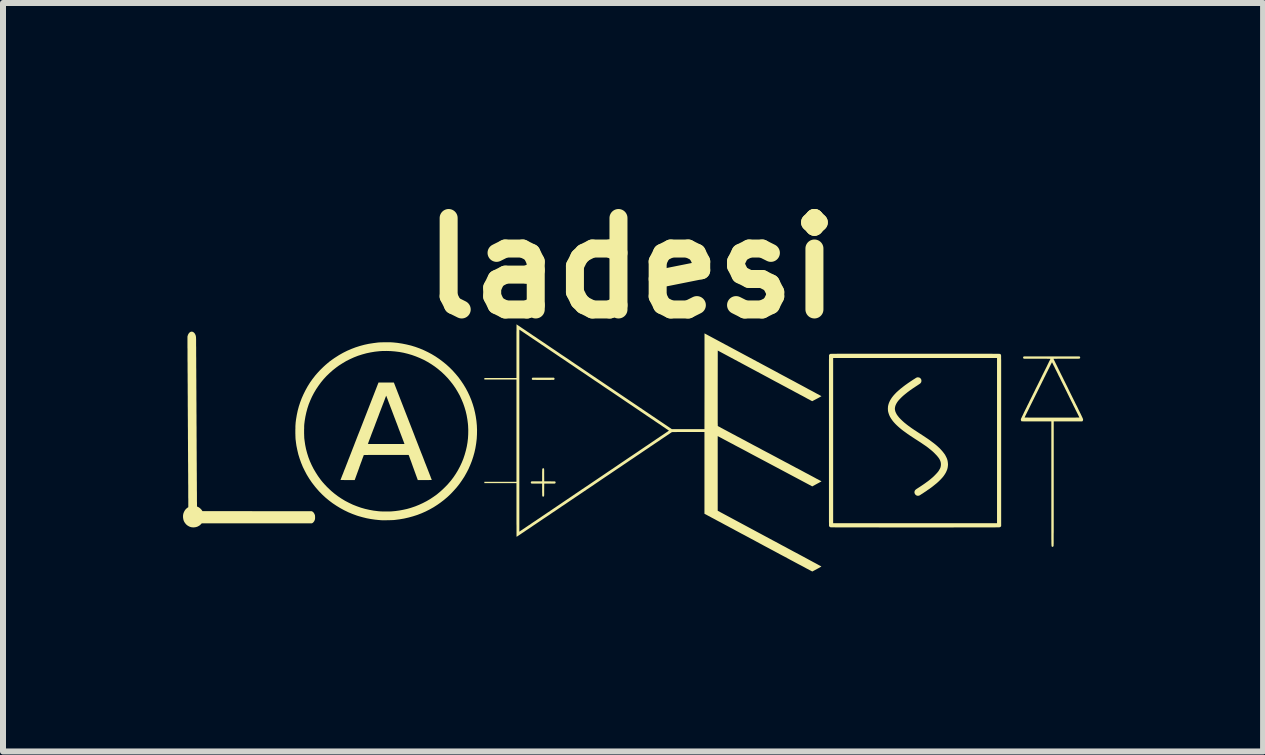
<source format=kicad_pcb>
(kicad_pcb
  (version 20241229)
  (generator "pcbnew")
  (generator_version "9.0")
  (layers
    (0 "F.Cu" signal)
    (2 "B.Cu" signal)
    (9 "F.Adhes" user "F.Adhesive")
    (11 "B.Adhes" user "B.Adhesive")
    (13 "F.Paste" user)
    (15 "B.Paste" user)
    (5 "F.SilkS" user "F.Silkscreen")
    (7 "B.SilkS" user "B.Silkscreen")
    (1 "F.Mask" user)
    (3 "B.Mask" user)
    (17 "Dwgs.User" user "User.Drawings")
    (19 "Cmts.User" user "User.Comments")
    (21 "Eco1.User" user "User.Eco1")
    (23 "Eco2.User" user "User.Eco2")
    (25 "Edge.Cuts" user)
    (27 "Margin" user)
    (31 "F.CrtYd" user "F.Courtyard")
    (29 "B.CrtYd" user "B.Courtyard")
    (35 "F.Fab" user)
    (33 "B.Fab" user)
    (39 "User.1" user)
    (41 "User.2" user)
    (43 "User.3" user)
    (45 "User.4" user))
  (footprint "ladesi"
    (layer "F.Cu")
    (at 7.5 4.415)
    (property "Reference" "ladesi" (at -0.025 -2.997 0) (layer "F.SilkS") (effects (font (size 1.524 1.524) (thickness 0.3))))
    (attr board_only exclude_from_pos_files exclude_from_bom)
    (fp_poly (pts (xy -1.314 -1.166) (xy -1.31 -1.163) (xy -1.309 -1.158) (xy -1.308 -1.153) (xy -1.309 -1.146) (xy -1.311 -1.142) (xy -1.314 -1.139) (xy -1.319 -1.134) (xy -1.494 -1.133) (xy -1.524 -1.133) (xy -1.551 -1.133) (xy -1.577 -1.133) (xy -1.599 -1.133) (xy -1.62 -1.134) (xy -1.637 -1.134) (xy -1.652 -1.134) (xy -1.663 -1.134) (xy -1.671 -1.134) (xy -1.675 -1.135) (xy -1.675 -1.135) (xy -1.682 -1.138) (xy -1.686 -1.144) (xy -1.687 -1.151) (xy -1.686 -1.159) (xy -1.682 -1.165) (xy -1.682 -1.165) (xy -1.676 -1.171) (xy -1.319 -1.171)) (stroke (width 0) (type solid)) (fill yes) (layer "F.SilkS"))
    (fp_poly (pts (xy -1.488 0.341) (xy -1.484 0.345) (xy -1.484 0.346) (xy -1.483 0.348) (xy -1.483 0.351) (xy -1.482 0.355) (xy -1.482 0.36) (xy -1.481 0.367) (xy -1.481 0.376) (xy -1.481 0.388) (xy -1.481 0.402) (xy -1.481 0.419) (xy -1.481 0.44) (xy -1.481 0.453) (xy -1.48 0.557) (xy -1.39 0.557) (xy -1.299 0.558) (xy -1.295 0.563) (xy -1.291 0.57) (xy -1.29 0.578) (xy -1.292 0.585) (xy -1.297 0.59) (xy -1.301 0.592) (xy -1.303 0.593) (xy -1.306 0.594) (xy -1.311 0.594) (xy -1.317 0.594) (xy -1.326 0.595) (xy -1.337 0.595) (xy -1.351 0.595) (xy -1.368 0.595) (xy -1.388 0.595) (xy -1.394 0.595) (xy -1.48 0.595) (xy -1.481 0.698) (xy -1.481 0.72) (xy -1.481 0.739) (xy -1.481 0.755) (xy -1.481 0.768) (xy -1.481 0.778) (xy -1.481 0.786) (xy -1.482 0.792) (xy -1.482 0.797) (xy -1.483 0.8) (xy -1.483 0.802) (xy -1.484 0.804) (xy -1.485 0.805) (xy -1.485 0.806) (xy -1.49 0.81) (xy -1.496 0.812) (xy -1.503 0.812) (xy -1.507 0.809) (xy -1.507 0.809) (xy -1.509 0.807) (xy -1.51 0.805) (xy -1.511 0.802) (xy -1.512 0.799) (xy -1.513 0.794) (xy -1.514 0.788) (xy -1.514 0.78) (xy -1.514 0.769) (xy -1.514 0.757) (xy -1.515 0.741) (xy -1.515 0.722) (xy -1.515 0.7) (xy -1.515 0.595) (xy -1.601 0.595) (xy -1.623 0.595) (xy -1.641 0.595) (xy -1.656 0.595) (xy -1.669 0.595) (xy -1.678 0.594) (xy -1.686 0.594) (xy -1.692 0.593) (xy -1.696 0.592) (xy -1.698 0.59) (xy -1.7 0.588) (xy -1.701 0.586) (xy -1.702 0.584) (xy -1.703 0.583) (xy -1.704 0.574) (xy -1.702 0.566) (xy -1.698 0.561) (xy -1.696 0.56) (xy -1.695 0.559) (xy -1.693 0.558) (xy -1.69 0.558) (xy -1.685 0.557) (xy -1.679 0.557) (xy -1.671 0.557) (xy -1.661 0.557) (xy -1.648 0.557) (xy -1.632 0.557) (xy -1.613 0.557) (xy -1.604 0.557) (xy -1.515 0.557) (xy -1.515 0.455) (xy -1.515 0.433) (xy -1.515 0.414) (xy -1.515 0.398) (xy -1.514 0.385) (xy -1.514 0.375) (xy -1.514 0.367) (xy -1.514 0.361) (xy -1.513 0.356) (xy -1.513 0.353) (xy -1.512 0.35) (xy -1.512 0.348) (xy -1.511 0.347) (xy -1.507 0.342) (xy -1.5 0.338) (xy -1.494 0.338)) (stroke (width 0) (type solid)) (fill yes) (layer "F.SilkS"))
    (fp_poly (pts (xy 4.752 -1.176) (xy 4.767 -1.174) (xy 4.78 -1.168) (xy 4.791 -1.159) (xy 4.799 -1.147) (xy 4.802 -1.142) (xy 4.805 -1.132) (xy 4.806 -1.12) (xy 4.805 -1.107) (xy 4.802 -1.096) (xy 4.802 -1.095) (xy 4.798 -1.089) (xy 4.794 -1.083) (xy 4.789 -1.077) (xy 4.782 -1.071) (xy 4.772 -1.064) (xy 4.76 -1.056) (xy 4.754 -1.052) (xy 4.705 -1.02) (xy 4.66 -0.99) (xy 4.617 -0.96) (xy 4.579 -0.932) (xy 4.544 -0.904) (xy 4.512 -0.878) (xy 4.483 -0.852) (xy 4.458 -0.827) (xy 4.436 -0.804) (xy 4.416 -0.781) (xy 4.4 -0.758) (xy 4.387 -0.736) (xy 4.377 -0.715) (xy 4.37 -0.695) (xy 4.366 -0.675) (xy 4.364 -0.664) (xy 4.364 -0.643) (xy 4.368 -0.622) (xy 4.374 -0.6) (xy 4.385 -0.577) (xy 4.398 -0.553) (xy 4.416 -0.529) (xy 4.436 -0.504) (xy 4.461 -0.478) (xy 4.489 -0.451) (xy 4.52 -0.423) (xy 4.555 -0.395) (xy 4.587 -0.37) (xy 4.603 -0.359) (xy 4.619 -0.347) (xy 4.634 -0.336) (xy 4.651 -0.324) (xy 4.669 -0.312) (xy 4.688 -0.299) (xy 4.709 -0.286) (xy 4.731 -0.271) (xy 4.757 -0.254) (xy 4.783 -0.237) (xy 4.828 -0.208) (xy 4.87 -0.18) (xy 4.909 -0.154) (xy 4.945 -0.129) (xy 4.978 -0.104) (xy 5.009 -0.081) (xy 5.037 -0.059) (xy 5.063 -0.037) (xy 5.087 -0.015) (xy 5.109 0.005) (xy 5.126 0.023) (xy 5.154 0.054) (xy 5.178 0.084) (xy 5.199 0.113) (xy 5.215 0.143) (xy 5.229 0.172) (xy 5.239 0.201) (xy 5.245 0.231) (xy 5.248 0.26) (xy 5.249 0.275) (xy 5.247 0.302) (xy 5.243 0.33) (xy 5.236 0.358) (xy 5.225 0.385) (xy 5.212 0.413) (xy 5.195 0.441) (xy 5.176 0.469) (xy 5.153 0.497) (xy 5.126 0.526) (xy 5.096 0.556) (xy 5.063 0.586) (xy 5.026 0.616) (xy 4.986 0.648) (xy 4.962 0.666) (xy 4.949 0.675) (xy 4.936 0.685) (xy 4.92 0.695) (xy 4.904 0.706) (xy 4.888 0.718) (xy 4.871 0.729) (xy 4.854 0.74) (xy 4.838 0.751) (xy 4.823 0.761) (xy 4.808 0.77) (xy 4.796 0.778) (xy 4.785 0.785) (xy 4.777 0.79) (xy 4.771 0.793) (xy 4.77 0.794) (xy 4.761 0.796) (xy 4.751 0.797) (xy 4.741 0.797) (xy 4.735 0.797) (xy 4.722 0.791) (xy 4.71 0.783) (xy 4.701 0.772) (xy 4.694 0.76) (xy 4.69 0.745) (xy 4.69 0.738) (xy 4.691 0.727) (xy 4.694 0.717) (xy 4.699 0.707) (xy 4.707 0.698) (xy 4.718 0.689) (xy 4.731 0.68) (xy 4.768 0.656) (xy 4.803 0.633) (xy 4.834 0.612) (xy 4.863 0.592) (xy 4.889 0.573) (xy 4.914 0.555) (xy 4.936 0.538) (xy 4.957 0.521) (xy 4.977 0.504) (xy 4.996 0.488) (xy 5.014 0.471) (xy 5.029 0.456) (xy 5.052 0.432) (xy 5.072 0.41) (xy 5.089 0.389) (xy 5.102 0.368) (xy 5.113 0.349) (xy 5.122 0.33) (xy 5.127 0.311) (xy 5.13 0.292) (xy 5.131 0.275) (xy 5.13 0.255) (xy 5.127 0.237) (xy 5.121 0.218) (xy 5.113 0.199) (xy 5.102 0.179) (xy 5.088 0.159) (xy 5.071 0.138) (xy 5.051 0.116) (xy 5.029 0.093) (xy 5.013 0.077) (xy 4.997 0.062) (xy 4.98 0.047) (xy 4.962 0.032) (xy 4.943 0.017) (xy 4.923 0.001) (xy 4.902 -0.015) (xy 4.879 -0.032) (xy 4.854 -0.049) (xy 4.826 -0.068) (xy 4.797 -0.088) (xy 4.764 -0.109) (xy 4.729 -0.132) (xy 4.708 -0.145) (xy 4.661 -0.176) (xy 4.617 -0.205) (xy 4.576 -0.233) (xy 4.539 -0.26) (xy 4.504 -0.285) (xy 4.472 -0.31) (xy 4.443 -0.334) (xy 4.417 -0.357) (xy 4.392 -0.38) (xy 4.37 -0.402) (xy 4.35 -0.424) (xy 4.331 -0.446) (xy 4.315 -0.468) (xy 4.303 -0.485) (xy 4.284 -0.516) (xy 4.269 -0.548) (xy 4.258 -0.58) (xy 4.252 -0.602) (xy 4.249 -0.617) (xy 4.248 -0.635) (xy 4.247 -0.654) (xy 4.248 -0.673) (xy 4.249 -0.69) (xy 4.252 -0.706) (xy 4.259 -0.733) (xy 4.269 -0.76) (xy 4.282 -0.788) (xy 4.298 -0.815) (xy 4.316 -0.842) (xy 4.338 -0.87) (xy 4.363 -0.898) (xy 4.391 -0.927) (xy 4.423 -0.956) (xy 4.458 -0.986) (xy 4.497 -1.017) (xy 4.535 -1.046) (xy 4.549 -1.056) (xy 4.565 -1.067) (xy 4.581 -1.079) (xy 4.598 -1.09) (xy 4.615 -1.102) (xy 4.633 -1.114) (xy 4.65 -1.125) (xy 4.666 -1.136) (xy 4.681 -1.145) (xy 4.695 -1.154) (xy 4.707 -1.162) (xy 4.718 -1.168) (xy 4.725 -1.172) (xy 4.73 -1.175) (xy 4.731 -1.175) (xy 4.738 -1.176) (xy 4.747 -1.177)) (stroke (width 0) (type solid)) (fill yes) (layer "F.SilkS"))
    (fp_poly (pts (xy -4.114 -1.09) (xy -3.986 -1.09) (xy -3.671 -0.281) (xy -3.65 -0.227) (xy -3.63 -0.174) (xy -3.61 -0.123) (xy -3.59 -0.072) (xy -3.571 -0.023) (xy -3.552 0.026) (xy -3.534 0.072) (xy -3.516 0.117) (xy -3.499 0.16) (xy -3.483 0.202) (xy -3.468 0.242) (xy -3.453 0.279) (xy -3.439 0.315) (xy -3.426 0.348) (xy -3.414 0.379) (xy -3.403 0.407) (xy -3.393 0.433) (xy -3.384 0.456) (xy -3.376 0.476) (xy -3.37 0.494) (xy -3.364 0.508) (xy -3.36 0.519) (xy -3.357 0.527) (xy -3.355 0.531) (xy -3.355 0.532) (xy -3.355 0.533) (xy -3.355 0.534) (xy -3.356 0.534) (xy -3.359 0.534) (xy -3.362 0.535) (xy -3.368 0.535) (xy -3.375 0.535) (xy -3.385 0.535) (xy -3.397 0.535) (xy -3.412 0.536) (xy -3.43 0.536) (xy -3.452 0.536) (xy -3.47 0.536) (xy -3.587 0.536) (xy -3.66 0.335) (xy -3.67 0.308) (xy -3.679 0.282) (xy -3.688 0.257) (xy -3.696 0.234) (xy -3.704 0.212) (xy -3.712 0.192) (xy -3.718 0.174) (xy -3.724 0.159) (xy -3.728 0.146) (xy -3.732 0.136) (xy -3.735 0.129) (xy -3.736 0.126) (xy -3.736 0.125) (xy -3.74 0.117) (xy -4.113 0.117) (xy -4.157 0.117) (xy -4.198 0.117) (xy -4.236 0.117) (xy -4.27 0.117) (xy -4.3 0.117) (xy -4.328 0.117) (xy -4.353 0.117) (xy -4.375 0.117) (xy -4.395 0.117) (xy -4.412 0.117) (xy -4.427 0.118) (xy -4.44 0.118) (xy -4.451 0.118) (xy -4.46 0.118) (xy -4.467 0.118) (xy -4.473 0.118) (xy -4.478 0.119) (xy -4.482 0.119) (xy -4.484 0.119) (xy -4.486 0.119) (xy -4.487 0.12) (xy -4.488 0.12) (xy -4.488 0.12) (xy -4.489 0.123) (xy -4.491 0.128) (xy -4.494 0.137) (xy -4.498 0.149) (xy -4.504 0.163) (xy -4.51 0.18) (xy -4.517 0.199) (xy -4.524 0.22) (xy -4.533 0.243) (xy -4.542 0.267) (xy -4.551 0.293) (xy -4.561 0.319) (xy -4.564 0.33) (xy -4.639 0.536) (xy -4.758 0.536) (xy -4.779 0.536) (xy -4.798 0.536) (xy -4.817 0.535) (xy -4.833 0.535) (xy -4.847 0.535) (xy -4.859 0.535) (xy -4.868 0.535) (xy -4.873 0.534) (xy -4.876 0.534) (xy -4.876 0.534) (xy -4.875 0.532) (xy -4.873 0.527) (xy -4.869 0.518) (xy -4.865 0.506) (xy -4.859 0.491) (xy -4.852 0.473) (xy -4.844 0.452) (xy -4.834 0.429) (xy -4.824 0.402) (xy -4.813 0.373) (xy -4.8 0.342) (xy -4.787 0.308) (xy -4.773 0.272) (xy -4.758 0.234) (xy -4.743 0.194) (xy -4.726 0.152) (xy -4.709 0.108) (xy -4.691 0.062) (xy -4.673 0.015) (xy -4.654 -0.033) (xy -4.641 -0.067) (xy -4.419 -0.067) (xy -4.417 -0.067) (xy -4.412 -0.067) (xy -4.402 -0.066) (xy -4.39 -0.066) (xy -4.374 -0.066) (xy -4.355 -0.066) (xy -4.332 -0.066) (xy -4.307 -0.066) (xy -4.279 -0.065) (xy -4.248 -0.065) (xy -4.214 -0.065) (xy -4.178 -0.065) (xy -4.14 -0.065) (xy -4.114 -0.065) (xy -3.809 -0.065) (xy -3.811 -0.072) (xy -3.813 -0.076) (xy -3.815 -0.082) (xy -3.819 -0.092) (xy -3.823 -0.104) (xy -3.829 -0.12) (xy -3.836 -0.137) (xy -3.843 -0.157) (xy -3.852 -0.18) (xy -3.861 -0.204) (xy -3.871 -0.23) (xy -3.881 -0.257) (xy -3.892 -0.286) (xy -3.904 -0.316) (xy -3.915 -0.347) (xy -3.927 -0.379) (xy -3.939 -0.411) (xy -3.952 -0.444) (xy -3.964 -0.477) (xy -3.977 -0.51) (xy -3.989 -0.542) (xy -4.001 -0.574) (xy -4.013 -0.606) (xy -4.025 -0.637) (xy -4.036 -0.666) (xy -4.047 -0.695) (xy -4.057 -0.722) (xy -4.067 -0.747) (xy -4.076 -0.771) (xy -4.084 -0.792) (xy -4.091 -0.812) (xy -4.098 -0.829) (xy -4.103 -0.843) (xy -4.108 -0.855) (xy -4.111 -0.864) (xy -4.113 -0.869) (xy -4.114 -0.871) (xy -4.114 -0.871) (xy -4.114 -0.869) (xy -4.117 -0.864) (xy -4.12 -0.856) (xy -4.124 -0.845) (xy -4.13 -0.831) (xy -4.136 -0.814) (xy -4.143 -0.795) (xy -4.151 -0.774) (xy -4.16 -0.75) (xy -4.17 -0.725) (xy -4.18 -0.698) (xy -4.191 -0.67) (xy -4.202 -0.641) (xy -4.214 -0.61) (xy -4.226 -0.579) (xy -4.238 -0.546) (xy -4.25 -0.514) (xy -4.263 -0.481) (xy -4.275 -0.448) (xy -4.288 -0.415) (xy -4.3 -0.382) (xy -4.312 -0.35) (xy -4.324 -0.319) (xy -4.336 -0.288) (xy -4.347 -0.259) (xy -4.358 -0.231) (xy -4.368 -0.204) (xy -4.377 -0.179) (xy -4.386 -0.156) (xy -4.394 -0.135) (xy -4.401 -0.116) (xy -4.407 -0.099) (xy -4.412 -0.086) (xy -4.416 -0.075) (xy -4.419 -0.067) (xy -4.641 -0.067) (xy -4.635 -0.083) (xy -4.615 -0.134) (xy -4.595 -0.186) (xy -4.574 -0.239) (xy -4.558 -0.279) (xy -4.242 -1.09)) (stroke (width 0) (type solid)) (fill yes) (layer "F.SilkS"))
    (fp_poly (pts (xy -7.339 -1.935) (xy -7.327 -1.929) (xy -7.316 -1.92) (xy -7.305 -1.908) (xy -7.297 -1.894) (xy -7.29 -1.878) (xy -7.287 -1.868) (xy -7.286 -1.862) (xy -7.285 -1.856) (xy -7.284 -1.849) (xy -7.283 -1.84) (xy -7.283 -1.829) (xy -7.282 -1.814) (xy -7.282 -1.809) (xy -7.282 -1.805) (xy -7.282 -1.797) (xy -7.282 -1.785) (xy -7.282 -1.77) (xy -7.282 -1.752) (xy -7.282 -1.73) (xy -7.282 -1.704) (xy -7.281 -1.676) (xy -7.281 -1.645) (xy -7.281 -1.611) (xy -7.281 -1.573) (xy -7.281 -1.534) (xy -7.28 -1.491) (xy -7.28 -1.446) (xy -7.28 -1.399) (xy -7.28 -1.349) (xy -7.279 -1.297) (xy -7.279 -1.243) (xy -7.279 -1.187) (xy -7.278 -1.129) (xy -7.278 -1.069) (xy -7.278 -1.007) (xy -7.277 -0.944) (xy -7.277 -0.88) (xy -7.277 -0.813) (xy -7.276 -0.746) (xy -7.276 -0.677) (xy -7.276 -0.608) (xy -7.275 -0.537) (xy -7.275 -0.465) (xy -7.275 -0.412) (xy -7.274 -0.34) (xy -7.274 -0.269) (xy -7.274 -0.198) (xy -7.273 -0.129) (xy -7.273 -0.061) (xy -7.273 0.005) (xy -7.272 0.07) (xy -7.272 0.134) (xy -7.272 0.196) (xy -7.271 0.256) (xy -7.271 0.315) (xy -7.271 0.372) (xy -7.27 0.426) (xy -7.27 0.479) (xy -7.27 0.529) (xy -7.269 0.578) (xy -7.269 0.623) (xy -7.269 0.667) (xy -7.269 0.707) (xy -7.268 0.746) (xy -7.268 0.781) (xy -7.268 0.813) (xy -7.268 0.843) (xy -7.268 0.869) (xy -7.268 0.892) (xy -7.267 0.912) (xy -7.267 0.929) (xy -7.267 0.942) (xy -7.267 0.951) (xy -7.267 0.957) (xy -7.267 0.959) (xy -7.266 0.977) (xy -7.256 0.981) (xy -7.239 0.989) (xy -7.223 1) (xy -7.207 1.014) (xy -7.193 1.029) (xy -7.185 1.04) (xy -7.176 1.053) (xy -5.355 1.055) (xy -5.346 1.059) (xy -5.335 1.066) (xy -5.325 1.076) (xy -5.316 1.089) (xy -5.308 1.104) (xy -5.302 1.119) (xy -5.301 1.123) (xy -5.3 1.134) (xy -5.299 1.147) (xy -5.299 1.161) (xy -5.299 1.174) (xy -5.301 1.186) (xy -5.301 1.19) (xy -5.307 1.207) (xy -5.314 1.222) (xy -5.324 1.235) (xy -5.334 1.246) (xy -5.345 1.253) (xy -5.355 1.257) (xy -6.271 1.257) (xy -7.188 1.257) (xy -7.202 1.272) (xy -7.22 1.289) (xy -7.239 1.301) (xy -7.26 1.312) (xy -7.283 1.319) (xy -7.293 1.321) (xy -7.306 1.323) (xy -7.32 1.324) (xy -7.334 1.324) (xy -7.347 1.323) (xy -7.358 1.322) (xy -7.358 1.322) (xy -7.384 1.315) (xy -7.407 1.304) (xy -7.428 1.291) (xy -7.447 1.275) (xy -7.463 1.256) (xy -7.477 1.236) (xy -7.488 1.213) (xy -7.495 1.189) (xy -7.499 1.163) (xy -7.5 1.144) (xy -7.499 1.119) (xy -7.494 1.094) (xy -7.485 1.07) (xy -7.474 1.048) (xy -7.46 1.028) (xy -7.444 1.011) (xy -7.425 0.996) (xy -7.424 0.995) (xy -7.412 0.988) (xy -7.412 0.917) (xy -7.412 0.911) (xy -7.412 0.901) (xy -7.412 0.888) (xy -7.412 0.871) (xy -7.412 0.851) (xy -7.413 0.827) (xy -7.413 0.801) (xy -7.413 0.771) (xy -7.413 0.738) (xy -7.413 0.703) (xy -7.413 0.664) (xy -7.413 0.624) (xy -7.414 0.58) (xy -7.414 0.534) (xy -7.414 0.486) (xy -7.414 0.436) (xy -7.415 0.384) (xy -7.415 0.329) (xy -7.415 0.273) (xy -7.416 0.215) (xy -7.416 0.156) (xy -7.416 0.095) (xy -7.417 0.032) (xy -7.417 -0.032) (xy -7.417 -0.097) (xy -7.418 -0.163) (xy -7.418 -0.23) (xy -7.418 -0.298) (xy -7.419 -0.366) (xy -7.419 -0.367) (xy -7.419 -0.458) (xy -7.42 -0.545) (xy -7.42 -0.628) (xy -7.421 -0.708) (xy -7.421 -0.785) (xy -7.421 -0.857) (xy -7.422 -0.927) (xy -7.422 -0.993) (xy -7.422 -1.056) (xy -7.423 -1.116) (xy -7.423 -1.173) (xy -7.423 -1.227) (xy -7.424 -1.278) (xy -7.424 -1.327) (xy -7.424 -1.372) (xy -7.424 -1.415) (xy -7.425 -1.455) (xy -7.425 -1.493) (xy -7.425 -1.529) (xy -7.425 -1.562) (xy -7.425 -1.593) (xy -7.425 -1.621) (xy -7.425 -1.648) (xy -7.426 -1.672) (xy -7.426 -1.695) (xy -7.426 -1.716) (xy -7.426 -1.735) (xy -7.426 -1.752) (xy -7.426 -1.768) (xy -7.426 -1.782) (xy -7.426 -1.795) (xy -7.426 -1.806) (xy -7.426 -1.816) (xy -7.426 -1.825) (xy -7.426 -1.833) (xy -7.426 -1.839) (xy -7.426 -1.845) (xy -7.426 -1.85) (xy -7.425 -1.854) (xy -7.425 -1.857) (xy -7.425 -1.859) (xy -7.425 -1.861) (xy -7.425 -1.863) (xy -7.425 -1.864) (xy -7.425 -1.864) (xy -7.424 -1.865) (xy -7.424 -1.865) (xy -7.424 -1.865) (xy -7.424 -1.865) (xy -7.424 -1.865) (xy -7.423 -1.866) (xy -7.423 -1.866) (xy -7.423 -1.867) (xy -7.417 -1.885) (xy -7.409 -1.901) (xy -7.4 -1.914) (xy -7.389 -1.925) (xy -7.377 -1.933) (xy -7.377 -1.933) (xy -7.364 -1.937) (xy -7.351 -1.938)) (stroke (width 0) (type solid)) (fill yes) (layer "F.SilkS"))
    (fp_poly (pts (xy 4.955 -1.57) (xy 5.033 -1.57) (xy 5.107 -1.57) (xy 5.178 -1.57) (xy 5.245 -1.57) (xy 5.309 -1.57) (xy 5.37 -1.57) (xy 5.428 -1.57) (xy 5.483 -1.57) (xy 5.534 -1.57) (xy 5.583 -1.57) (xy 5.63 -1.57) (xy 5.673 -1.57) (xy 5.714 -1.57) (xy 5.752 -1.57) (xy 5.788 -1.57) (xy 5.821 -1.57) (xy 5.852 -1.57) (xy 5.881 -1.57) (xy 5.908 -1.57) (xy 5.932 -1.57) (xy 5.955 -1.57) (xy 5.976 -1.57) (xy 5.995 -1.569) (xy 6.012 -1.569) (xy 6.027 -1.569) (xy 6.041 -1.569) (xy 6.054 -1.569) (xy 6.064 -1.569) (xy 6.074 -1.569) (xy 6.082 -1.569) (xy 6.09 -1.569) (xy 6.096 -1.568) (xy 6.101 -1.568) (xy 6.105 -1.568) (xy 6.108 -1.568) (xy 6.111 -1.568) (xy 6.112 -1.568) (xy 6.113 -1.568) (xy 6.114 -1.567) (xy 6.122 -1.563) (xy 6.128 -1.557) (xy 6.132 -1.551) (xy 6.132 -1.55) (xy 6.132 -1.55) (xy 6.132 -1.549) (xy 6.133 -1.548) (xy 6.133 -1.546) (xy 6.133 -1.544) (xy 6.133 -1.541) (xy 6.133 -1.538) (xy 6.134 -1.534) (xy 6.134 -1.529) (xy 6.134 -1.524) (xy 6.134 -1.517) (xy 6.134 -1.51) (xy 6.134 -1.501) (xy 6.134 -1.491) (xy 6.134 -1.48) (xy 6.135 -1.467) (xy 6.135 -1.453) (xy 6.135 -1.437) (xy 6.135 -1.42) (xy 6.135 -1.401) (xy 6.135 -1.38) (xy 6.135 -1.358) (xy 6.135 -1.333) (xy 6.135 -1.307) (xy 6.135 -1.278) (xy 6.135 -1.247) (xy 6.135 -1.214) (xy 6.135 -1.178) (xy 6.135 -1.141) (xy 6.135 -1.1) (xy 6.135 -1.057) (xy 6.135 -1.011) (xy 6.135 -0.963) (xy 6.135 -0.912) (xy 6.135 -0.857) (xy 6.135 -0.8) (xy 6.135 -0.74) (xy 6.135 -0.676) (xy 6.135 -0.609) (xy 6.135 -0.539) (xy 6.135 -0.466) (xy 6.135 -0.389) (xy 6.135 -0.308) (xy 6.135 -0.224) (xy 6.135 -0.136) (xy 6.135 -0.12) (xy 6.135 1.303) (xy 6.129 1.31) (xy 6.124 1.316) (xy 6.117 1.32) (xy 6.116 1.321) (xy 6.115 1.321) (xy 6.114 1.321) (xy 6.113 1.322) (xy 6.112 1.322) (xy 6.11 1.322) (xy 6.108 1.322) (xy 6.105 1.322) (xy 6.102 1.322) (xy 6.098 1.323) (xy 6.093 1.323) (xy 6.087 1.323) (xy 6.08 1.323) (xy 6.072 1.323) (xy 6.063 1.323) (xy 6.052 1.323) (xy 6.04 1.324) (xy 6.027 1.324) (xy 6.013 1.324) (xy 5.997 1.324) (xy 5.979 1.324) (xy 5.959 1.324) (xy 5.938 1.324) (xy 5.915 1.324) (xy 5.889 1.324) (xy 5.862 1.324) (xy 5.833 1.324) (xy 5.801 1.324) (xy 5.767 1.324) (xy 5.731 1.324) (xy 5.692 1.324) (xy 5.651 1.324) (xy 5.607 1.324) (xy 5.56 1.324) (xy 5.51 1.324) (xy 5.458 1.324) (xy 5.403 1.324) (xy 5.344 1.325) (xy 5.283 1.325) (xy 5.218 1.325) (xy 5.15 1.325) (xy 5.079 1.325) (xy 5.004 1.325) (xy 4.925 1.325) (xy 4.843 1.325) (xy 4.612 1.325) (xy 4.528 1.325) (xy 4.447 1.325) (xy 4.37 1.325) (xy 4.296 1.325) (xy 4.226 1.325) (xy 4.159 1.325) (xy 4.096 1.325) (xy 4.035 1.324) (xy 3.978 1.324) (xy 3.924 1.324) (xy 3.872 1.324) (xy 3.824 1.324) (xy 3.778 1.324) (xy 3.735 1.324) (xy 3.694 1.324) (xy 3.657 1.324) (xy 3.621 1.324) (xy 3.588 1.324) (xy 3.557 1.324) (xy 3.528 1.324) (xy 3.502 1.324) (xy 3.477 1.324) (xy 3.455 1.324) (xy 3.434 1.324) (xy 3.415 1.324) (xy 3.398 1.324) (xy 3.382 1.324) (xy 3.368 1.324) (xy 3.356 1.323) (xy 3.345 1.323) (xy 3.335 1.323) (xy 3.326 1.323) (xy 3.318 1.323) (xy 3.312 1.323) (xy 3.306 1.323) (xy 3.302 1.323) (xy 3.298 1.322) (xy 3.294 1.322) (xy 3.292 1.322) (xy 3.29 1.322) (xy 3.288 1.322) (xy 3.287 1.322) (xy 3.286 1.321) (xy 3.286 1.321) (xy 3.286 1.321) (xy 3.278 1.316) (xy 3.271 1.309) (xy 3.267 1.302) (xy 3.266 1.3) (xy 3.266 1.298) (xy 3.266 1.292) (xy 3.266 1.282) (xy 3.266 1.269) (xy 3.266 1.254) (xy 3.335 1.254) (xy 6.066 1.254) (xy 6.066 -1.499) (xy 3.335 -1.499) (xy 3.335 1.254) (xy 3.266 1.254) (xy 3.266 1.253) (xy 3.265 1.233) (xy 3.265 1.21) (xy 3.265 1.185) (xy 3.265 1.156) (xy 3.265 1.124) (xy 3.265 1.09) (xy 3.265 1.053) (xy 3.265 1.014) (xy 3.265 0.972) (xy 3.265 0.929) (xy 3.265 0.883) (xy 3.265 0.835) (xy 3.265 0.785) (xy 3.265 0.733) (xy 3.265 0.68) (xy 3.265 0.625) (xy 3.265 0.569) (xy 3.265 0.512) (xy 3.265 0.453) (xy 3.265 0.394) (xy 3.265 0.333) (xy 3.265 0.271) (xy 3.265 0.209) (xy 3.265 0.146) (xy 3.265 0.083) (xy 3.265 0.02) (xy 3.265 -0.044) (xy 3.265 -0.108) (xy 3.265 -0.173) (xy 3.265 -0.237) (xy 3.265 -0.3) (xy 3.265 -0.364) (xy 3.265 -0.427) (xy 3.265 -0.489) (xy 3.265 -0.551) (xy 3.265 -0.612) (xy 3.265 -0.672) (xy 3.265 -0.731) (xy 3.265 -0.789) (xy 3.265 -0.846) (xy 3.265 -0.901) (xy 3.265 -0.955) (xy 3.265 -1.008) (xy 3.265 -1.058) (xy 3.265 -1.107) (xy 3.265 -1.154) (xy 3.265 -1.199) (xy 3.265 -1.241) (xy 3.265 -1.282) (xy 3.265 -1.319) (xy 3.265 -1.355) (xy 3.265 -1.388) (xy 3.265 -1.418) (xy 3.265 -1.445) (xy 3.265 -1.469) (xy 3.266 -1.49) (xy 3.266 -1.508) (xy 3.266 -1.523) (xy 3.266 -1.534) (xy 3.266 -1.541) (xy 3.266 -1.545) (xy 3.266 -1.546) (xy 3.27 -1.553) (xy 3.276 -1.56) (xy 3.284 -1.566) (xy 3.286 -1.567) (xy 3.286 -1.567) (xy 3.287 -1.567) (xy 3.288 -1.567) (xy 3.289 -1.568) (xy 3.291 -1.568) (xy 3.294 -1.568) (xy 3.297 -1.568) (xy 3.3 -1.568) (xy 3.305 -1.568) (xy 3.31 -1.569) (xy 3.316 -1.569) (xy 3.323 -1.569) (xy 3.332 -1.569) (xy 3.341 -1.569) (xy 3.352 -1.569) (xy 3.364 -1.569) (xy 3.378 -1.569) (xy 3.393 -1.569) (xy 3.409 -1.57) (xy 3.428 -1.57) (xy 3.448 -1.57) (xy 3.47 -1.57) (xy 3.494 -1.57) (xy 3.52 -1.57) (xy 3.548 -1.57) (xy 3.578 -1.57) (xy 3.61 -1.57) (xy 3.645 -1.57) (xy 3.682 -1.57) (xy 3.721 -1.57) (xy 3.764 -1.57) (xy 3.809 -1.57) (xy 3.856 -1.57) (xy 3.907 -1.57) (xy 3.96 -1.57) (xy 4.016 -1.57) (xy 4.076 -1.57) (xy 4.138 -1.57) (xy 4.204 -1.57) (xy 4.273 -1.57) (xy 4.346 -1.57) (xy 4.422 -1.57) (xy 4.501 -1.57) (xy 4.585 -1.57) (xy 4.671 -1.57) (xy 4.7 -1.57) (xy 4.789 -1.57) (xy 4.874 -1.57)) (stroke (width 0) (type solid)) (fill yes) (layer "F.SilkS"))
    (fp_poly (pts (xy -4.09 -1.761) (xy -4.068 -1.761) (xy -4.047 -1.761) (xy -4.028 -1.76) (xy -4.012 -1.759) (xy -4.006 -1.759) (xy -3.928 -1.751) (xy -3.85 -1.739) (xy -3.775 -1.724) (xy -3.7 -1.706) (xy -3.628 -1.684) (xy -3.556 -1.658) (xy -3.487 -1.629) (xy -3.418 -1.596) (xy -3.358 -1.564) (xy -3.293 -1.525) (xy -3.231 -1.483) (xy -3.171 -1.438) (xy -3.113 -1.391) (xy -3.058 -1.341) (xy -3.006 -1.289) (xy -2.957 -1.234) (xy -2.91 -1.178) (xy -2.867 -1.119) (xy -2.826 -1.058) (xy -2.788 -0.995) (xy -2.754 -0.931) (xy -2.723 -0.865) (xy -2.695 -0.797) (xy -2.671 -0.728) (xy -2.65 -0.658) (xy -2.633 -0.586) (xy -2.621 -0.524) (xy -2.61 -0.45) (xy -2.603 -0.375) (xy -2.6 -0.301) (xy -2.601 -0.227) (xy -2.605 -0.152) (xy -2.614 -0.077) (xy -2.615 -0.07) (xy -2.627 0.003) (xy -2.643 0.075) (xy -2.663 0.146) (xy -2.686 0.216) (xy -2.713 0.284) (xy -2.742 0.351) (xy -2.776 0.416) (xy -2.812 0.48) (xy -2.852 0.541) (xy -2.894 0.601) (xy -2.94 0.659) (xy -2.989 0.714) (xy -3.04 0.768) (xy -3.094 0.819) (xy -3.151 0.867) (xy -3.211 0.913) (xy -3.261 0.948) (xy -3.325 0.989) (xy -3.391 1.026) (xy -3.458 1.06) (xy -3.526 1.09) (xy -3.596 1.117) (xy -3.668 1.14) (xy -3.741 1.16) (xy -3.816 1.177) (xy -3.892 1.19) (xy -3.97 1.2) (xy -3.982 1.201) (xy -3.99 1.202) (xy -4.001 1.202) (xy -4.015 1.203) (xy -4.031 1.203) (xy -4.048 1.204) (xy -4.066 1.204) (xy -4.085 1.204) (xy -4.104 1.205) (xy -4.123 1.205) (xy -4.14 1.205) (xy -4.156 1.205) (xy -4.17 1.205) (xy -4.182 1.205) (xy -4.19 1.205) (xy -4.194 1.204) (xy -4.198 1.204) (xy -4.206 1.204) (xy -4.215 1.203) (xy -4.226 1.202) (xy -4.231 1.202) (xy -4.3 1.195) (xy -4.369 1.185) (xy -4.439 1.172) (xy -4.508 1.155) (xy -4.576 1.136) (xy -4.604 1.127) (xy -4.675 1.101) (xy -4.745 1.072) (xy -4.813 1.039) (xy -4.879 1.003) (xy -4.943 0.964) (xy -5.006 0.922) (xy -5.066 0.877) (xy -5.124 0.829) (xy -5.179 0.778) (xy -5.232 0.724) (xy -5.282 0.667) (xy -5.308 0.635) (xy -5.354 0.575) (xy -5.396 0.513) (xy -5.435 0.45) (xy -5.47 0.384) (xy -5.503 0.317) (xy -5.531 0.249) (xy -5.556 0.179) (xy -5.578 0.108) (xy -5.595 0.036) (xy -5.61 -0.037) (xy -5.618 -0.094) (xy -5.62 -0.112) (xy -5.622 -0.128) (xy -5.624 -0.142) (xy -5.625 -0.157) (xy -5.626 -0.171) (xy -5.626 -0.186) (xy -5.627 -0.201) (xy -5.627 -0.219) (xy -5.628 -0.239) (xy -5.628 -0.262) (xy -5.628 -0.278) (xy -5.628 -0.279) (xy -5.482 -0.279) (xy -5.482 -0.256) (xy -5.482 -0.236) (xy -5.481 -0.219) (xy -5.481 -0.204) (xy -5.48 -0.19) (xy -5.48 -0.177) (xy -5.479 -0.164) (xy -5.478 -0.151) (xy -5.476 -0.137) (xy -5.474 -0.121) (xy -5.464 -0.051) (xy -5.45 0.018) (xy -5.432 0.086) (xy -5.411 0.153) (xy -5.386 0.219) (xy -5.357 0.284) (xy -5.325 0.347) (xy -5.289 0.408) (xy -5.25 0.469) (xy -5.208 0.527) (xy -5.203 0.534) (xy -5.172 0.572) (xy -5.138 0.61) (xy -5.102 0.648) (xy -5.064 0.685) (xy -5.026 0.72) (xy -4.987 0.753) (xy -4.977 0.761) (xy -4.919 0.805) (xy -4.859 0.845) (xy -4.798 0.882) (xy -4.734 0.915) (xy -4.669 0.946) (xy -4.603 0.972) (xy -4.535 0.996) (xy -4.465 1.016) (xy -4.394 1.032) (xy -4.323 1.045) (xy -4.25 1.054) (xy -4.203 1.058) (xy -4.192 1.058) (xy -4.177 1.059) (xy -4.16 1.059) (xy -4.142 1.059) (xy -4.122 1.059) (xy -4.103 1.059) (xy -4.083 1.059) (xy -4.065 1.059) (xy -4.049 1.059) (xy -4.036 1.058) (xy -4.029 1.058) (xy -3.961 1.052) (xy -3.895 1.043) (xy -3.831 1.031) (xy -3.767 1.017) (xy -3.704 0.999) (xy -3.695 0.996) (xy -3.63 0.974) (xy -3.566 0.948) (xy -3.503 0.919) (xy -3.441 0.887) (xy -3.381 0.852) (xy -3.324 0.814) (xy -3.268 0.774) (xy -3.255 0.763) (xy -3.213 0.728) (xy -3.171 0.69) (xy -3.13 0.65) (xy -3.09 0.609) (xy -3.054 0.567) (xy -3.035 0.545) (xy -2.992 0.488) (xy -2.953 0.43) (xy -2.917 0.37) (xy -2.884 0.308) (xy -2.854 0.244) (xy -2.828 0.18) (xy -2.806 0.114) (xy -2.787 0.047) (xy -2.771 -0.021) (xy -2.759 -0.09) (xy -2.751 -0.159) (xy -2.747 -0.229) (xy -2.746 -0.299) (xy -2.749 -0.369) (xy -2.752 -0.405) (xy -2.761 -0.475) (xy -2.773 -0.544) (xy -2.789 -0.613) (xy -2.809 -0.68) (xy -2.832 -0.746) (xy -2.859 -0.81) (xy -2.888 -0.873) (xy -2.922 -0.934) (xy -2.958 -0.994) (xy -2.998 -1.052) (xy -3.041 -1.107) (xy -3.086 -1.161) (xy -3.135 -1.212) (xy -3.187 -1.262) (xy -3.242 -1.308) (xy -3.247 -1.313) (xy -3.305 -1.357) (xy -3.364 -1.397) (xy -3.425 -1.434) (xy -3.488 -1.468) (xy -3.553 -1.498) (xy -3.619 -1.525) (xy -3.686 -1.549) (xy -3.755 -1.569) (xy -3.824 -1.586) (xy -3.894 -1.599) (xy -3.965 -1.608) (xy -4.037 -1.614) (xy -4.109 -1.616) (xy -4.181 -1.615) (xy -4.229 -1.612) (xy -4.302 -1.604) (xy -4.374 -1.592) (xy -4.445 -1.577) (xy -4.514 -1.558) (xy -4.583 -1.536) (xy -4.65 -1.51) (xy -4.716 -1.48) (xy -4.78 -1.448) (xy -4.842 -1.411) (xy -4.903 -1.372) (xy -4.947 -1.34) (xy -5.004 -1.295) (xy -5.058 -1.247) (xy -5.109 -1.198) (xy -5.157 -1.146) (xy -5.202 -1.091) (xy -5.243 -1.035) (xy -5.282 -0.977) (xy -5.318 -0.916) (xy -5.35 -0.855) (xy -5.379 -0.791) (xy -5.405 -0.726) (xy -5.427 -0.659) (xy -5.445 -0.592) (xy -5.46 -0.523) (xy -5.47 -0.464) (xy -5.473 -0.444) (xy -5.475 -0.427) (xy -5.477 -0.411) (xy -5.479 -0.395) (xy -5.48 -0.38) (xy -5.481 -0.364) (xy -5.481 -0.347) (xy -5.481 -0.328) (xy -5.482 -0.307) (xy -5.482 -0.282) (xy -5.482 -0.279) (xy -5.628 -0.279) (xy -5.628 -0.304) (xy -5.627 -0.325) (xy -5.627 -0.345) (xy -5.627 -0.362) (xy -5.626 -0.378) (xy -5.625 -0.393) (xy -5.624 -0.407) (xy -5.623 -0.422) (xy -5.621 -0.438) (xy -5.619 -0.455) (xy -5.616 -0.475) (xy -5.616 -0.476) (xy -5.604 -0.548) (xy -5.589 -0.62) (xy -5.57 -0.691) (xy -5.547 -0.761) (xy -5.521 -0.83) (xy -5.491 -0.897) (xy -5.458 -0.963) (xy -5.422 -1.028) (xy -5.383 -1.09) (xy -5.345 -1.144) (xy -5.32 -1.176) (xy -5.297 -1.206) (xy -5.272 -1.235) (xy -5.247 -1.263) (xy -5.22 -1.292) (xy -5.196 -1.316) (xy -5.16 -1.351) (xy -5.125 -1.383) (xy -5.09 -1.413) (xy -5.055 -1.442) (xy -5.018 -1.469) (xy -4.978 -1.497) (xy -4.964 -1.506) (xy -4.9 -1.547) (xy -4.833 -1.585) (xy -4.765 -1.619) (xy -4.696 -1.649) (xy -4.625 -1.676) (xy -4.553 -1.699) (xy -4.479 -1.719) (xy -4.404 -1.735) (xy -4.327 -1.747) (xy -4.249 -1.757) (xy -4.235 -1.758) (xy -4.22 -1.759) (xy -4.202 -1.76) (xy -4.182 -1.76) (xy -4.16 -1.761) (xy -4.137 -1.761) (xy -4.114 -1.761)) (stroke (width 0) (type solid)) (fill yes) (layer "F.SilkS"))
    (fp_poly (pts (xy 7.447 -1.519) (xy 7.451 -1.512) (xy 7.452 -1.504) (xy 7.45 -1.496) (xy 7.449 -1.496) (xy 7.448 -1.494) (xy 7.447 -1.493) (xy 7.446 -1.492) (xy 7.444 -1.491) (xy 7.442 -1.49) (xy 7.439 -1.489) (xy 7.435 -1.488) (xy 7.43 -1.488) (xy 7.423 -1.487) (xy 7.415 -1.487) (xy 7.405 -1.487) (xy 7.392 -1.486) (xy 7.377 -1.486) (xy 7.36 -1.486) (xy 7.34 -1.486) (xy 7.317 -1.486) (xy 7.291 -1.486) (xy 7.262 -1.486) (xy 7.229 -1.486) (xy 7.22 -1.486) (xy 7.192 -1.486) (xy 7.165 -1.486) (xy 7.139 -1.486) (xy 7.115 -1.486) (xy 7.092 -1.486) (xy 7.072 -1.486) (xy 7.054 -1.485) (xy 7.038 -1.485) (xy 7.026 -1.485) (xy 7.016 -1.485) (xy 7.01 -1.485) (xy 7.007 -1.485) (xy 7.007 -1.485) (xy 7.008 -1.483) (xy 7.01 -1.478) (xy 7.014 -1.469) (xy 7.02 -1.458) (xy 7.027 -1.444) (xy 7.035 -1.427) (xy 7.045 -1.407) (xy 7.056 -1.385) (xy 7.068 -1.361) (xy 7.081 -1.334) (xy 7.095 -1.305) (xy 7.11 -1.275) (xy 7.126 -1.242) (xy 7.143 -1.208) (xy 7.161 -1.172) (xy 7.179 -1.135) (xy 7.198 -1.097) (xy 7.218 -1.057) (xy 7.238 -1.017) (xy 7.253 -0.986) (xy 7.277 -0.936) (xy 7.3 -0.89) (xy 7.321 -0.847) (xy 7.341 -0.807) (xy 7.359 -0.771) (xy 7.376 -0.736) (xy 7.392 -0.705) (xy 7.406 -0.677) (xy 7.419 -0.65) (xy 7.43 -0.627) (xy 7.441 -0.605) (xy 7.45 -0.586) (xy 7.459 -0.569) (xy 7.466 -0.553) (xy 7.473 -0.54) (xy 7.478 -0.528) (xy 7.483 -0.518) (xy 7.487 -0.509) (xy 7.491 -0.501) (xy 7.493 -0.495) (xy 7.496 -0.49) (xy 7.497 -0.486) (xy 7.498 -0.483) (xy 7.499 -0.48) (xy 7.5 -0.479) (xy 7.5 -0.478) (xy 7.5 -0.465) (xy 7.496 -0.454) (xy 7.491 -0.447) (xy 7.486 -0.442) (xy 7.011 -0.442) (xy 7.011 0.594) (xy 7.011 0.669) (xy 7.011 0.741) (xy 7.011 0.809) (xy 7.011 0.873) (xy 7.011 0.934) (xy 7.011 0.991) (xy 7.011 1.046) (xy 7.011 1.097) (xy 7.011 1.145) (xy 7.011 1.19) (xy 7.011 1.232) (xy 7.011 1.272) (xy 7.011 1.309) (xy 7.011 1.343) (xy 7.011 1.374) (xy 7.011 1.404) (xy 7.01 1.431) (xy 7.01 1.455) (xy 7.01 1.478) (xy 7.01 1.499) (xy 7.01 1.518) (xy 7.01 1.534) (xy 7.01 1.55) (xy 7.01 1.563) (xy 7.01 1.575) (xy 7.01 1.586) (xy 7.01 1.595) (xy 7.009 1.603) (xy 7.009 1.61) (xy 7.009 1.616) (xy 7.009 1.621) (xy 7.009 1.625) (xy 7.009 1.628) (xy 7.008 1.631) (xy 7.008 1.633) (xy 7.008 1.634) (xy 7.008 1.635) (xy 7.007 1.636) (xy 7.007 1.637) (xy 7.007 1.637) (xy 7.002 1.644) (xy 6.996 1.648) (xy 6.99 1.649) (xy 6.983 1.647) (xy 6.98 1.644) (xy 6.98 1.644) (xy 6.979 1.643) (xy 6.978 1.643) (xy 6.978 1.643) (xy 6.977 1.642) (xy 6.977 1.641) (xy 6.976 1.64) (xy 6.976 1.639) (xy 6.975 1.637) (xy 6.975 1.634) (xy 6.974 1.631) (xy 6.974 1.627) (xy 6.974 1.622) (xy 6.973 1.617) (xy 6.973 1.61) (xy 6.973 1.602) (xy 6.972 1.593) (xy 6.972 1.582) (xy 6.972 1.57) (xy 6.972 1.556) (xy 6.972 1.541) (xy 6.971 1.524) (xy 6.971 1.505) (xy 6.971 1.485) (xy 6.971 1.462) (xy 6.971 1.437) (xy 6.971 1.41) (xy 6.971 1.381) (xy 6.971 1.349) (xy 6.971 1.315) (xy 6.971 1.278) (xy 6.971 1.238) (xy 6.971 1.196) (xy 6.971 1.151) (xy 6.971 1.103) (xy 6.971 1.051) (xy 6.971 0.997) (xy 6.971 0.939) (xy 6.971 0.879) (xy 6.971 0.814) (xy 6.971 0.746) (xy 6.971 0.675) (xy 6.971 0.599) (xy 6.971 -0.442) (xy 6.725 -0.442) (xy 6.683 -0.442) (xy 6.645 -0.442) (xy 6.611 -0.442) (xy 6.581 -0.442) (xy 6.555 -0.442) (xy 6.532 -0.442) (xy 6.514 -0.442) (xy 6.498 -0.443) (xy 6.487 -0.443) (xy 6.48 -0.443) (xy 6.476 -0.443) (xy 6.475 -0.444) (xy 6.47 -0.448) (xy 6.467 -0.455) (xy 6.464 -0.464) (xy 6.463 -0.474) (xy 6.464 -0.482) (xy 6.465 -0.484) (xy 6.467 -0.49) (xy 6.472 -0.499) (xy 6.475 -0.506) (xy 6.525 -0.506) (xy 6.527 -0.506) (xy 6.533 -0.506) (xy 6.542 -0.506) (xy 6.554 -0.506) (xy 6.57 -0.506) (xy 6.588 -0.506) (xy 6.61 -0.505) (xy 6.634 -0.505) (xy 6.66 -0.505) (xy 6.689 -0.505) (xy 6.721 -0.505) (xy 6.754 -0.505) (xy 6.789 -0.505) (xy 6.825 -0.505) (xy 6.863 -0.505) (xy 6.903 -0.505) (xy 6.944 -0.505) (xy 6.982 -0.505) (xy 7.033 -0.505) (xy 7.081 -0.505) (xy 7.125 -0.505) (xy 7.165 -0.505) (xy 7.202 -0.505) (xy 7.236 -0.505) (xy 7.266 -0.505) (xy 7.294 -0.505) (xy 7.319 -0.505) (xy 7.341 -0.505) (xy 7.36 -0.505) (xy 7.377 -0.506) (xy 7.392 -0.506) (xy 7.404 -0.506) (xy 7.414 -0.506) (xy 7.423 -0.506) (xy 7.429 -0.506) (xy 7.434 -0.507) (xy 7.437 -0.507) (xy 7.438 -0.507) (xy 7.438 -0.507) (xy 7.437 -0.509) (xy 7.435 -0.515) (xy 7.431 -0.523) (xy 7.425 -0.535) (xy 7.418 -0.549) (xy 7.41 -0.566) (xy 7.4 -0.585) (xy 7.39 -0.606) (xy 7.378 -0.629) (xy 7.366 -0.655) (xy 7.352 -0.682) (xy 7.338 -0.71) (xy 7.324 -0.74) (xy 7.308 -0.771) (xy 7.292 -0.803) (xy 7.276 -0.836) (xy 7.26 -0.869) (xy 7.243 -0.903) (xy 7.226 -0.938) (xy 7.209 -0.972) (xy 7.192 -1.007) (xy 7.175 -1.041) (xy 7.158 -1.075) (xy 7.141 -1.108) (xy 7.125 -1.141) (xy 7.11 -1.173) (xy 7.094 -1.203) (xy 7.08 -1.233) (xy 7.066 -1.261) (xy 7.053 -1.287) (xy 7.04 -1.312) (xy 7.029 -1.335) (xy 7.019 -1.356) (xy 7.009 -1.374) (xy 7.001 -1.391) (xy 6.995 -1.404) (xy 6.989 -1.415) (xy 6.985 -1.423) (xy 6.983 -1.427) (xy 6.982 -1.429) (xy 6.981 -1.427) (xy 6.979 -1.422) (xy 6.975 -1.414) (xy 6.969 -1.403) (xy 6.962 -1.39) (xy 6.954 -1.373) (xy 6.945 -1.355) (xy 6.935 -1.334) (xy 6.923 -1.311) (xy 6.911 -1.286) (xy 6.897 -1.259) (xy 6.883 -1.231) (xy 6.869 -1.202) (xy 6.853 -1.171) (xy 6.838 -1.139) (xy 6.821 -1.106) (xy 6.805 -1.073) (xy 6.788 -1.039) (xy 6.771 -1.005) (xy 6.754 -0.97) (xy 6.737 -0.936) (xy 6.72 -0.902) (xy 6.703 -0.868) (xy 6.686 -0.834) (xy 6.67 -0.801) (xy 6.654 -0.769) (xy 6.639 -0.739) (xy 6.624 -0.709) (xy 6.61 -0.68) (xy 6.597 -0.653) (xy 6.585 -0.628) (xy 6.573 -0.605) (xy 6.563 -0.584) (xy 6.553 -0.565) (xy 6.545 -0.548) (xy 6.538 -0.534) (xy 6.533 -0.522) (xy 6.529 -0.514) (xy 6.526 -0.509) (xy 6.525 -0.506) (xy 6.525 -0.506) (xy 6.475 -0.506) (xy 6.478 -0.512) (xy 6.485 -0.527) (xy 6.494 -0.545) (xy 6.504 -0.566) (xy 6.515 -0.59) (xy 6.528 -0.616) (xy 6.542 -0.645) (xy 6.558 -0.676) (xy 6.574 -0.71) (xy 6.592 -0.745) (xy 6.61 -0.783) (xy 6.63 -0.823) (xy 6.651 -0.865) (xy 6.672 -0.908) (xy 6.695 -0.954) (xy 6.71 -0.986) (xy 6.731 -1.027) (xy 6.751 -1.067) (xy 6.77 -1.106) (xy 6.789 -1.144) (xy 6.807 -1.181) (xy 6.824 -1.216) (xy 6.841 -1.25) (xy 6.857 -1.282) (xy 6.872 -1.312) (xy 6.886 -1.34) (xy 6.899 -1.366) (xy 6.91 -1.39) (xy 6.921 -1.412) (xy 6.93 -1.431) (xy 6.938 -1.447) (xy 6.945 -1.46) (xy 6.95 -1.471) (xy 6.954 -1.478) (xy 6.956 -1.482) (xy 6.956 -1.483) (xy 6.956 -1.484) (xy 6.954 -1.484) (xy 6.95 -1.484) (xy 6.944 -1.485) (xy 6.936 -1.485) (xy 6.926 -1.485) (xy 6.913 -1.485) (xy 6.898 -1.486) (xy 6.88 -1.486) (xy 6.859 -1.486) (xy 6.835 -1.486) (xy 6.807 -1.486) (xy 6.776 -1.486) (xy 6.742 -1.486) (xy 6.734 -1.486) (xy 6.511 -1.487) (xy 6.506 -1.493) (xy 6.501 -1.501) (xy 6.5 -1.508) (xy 6.503 -1.516) (xy 6.506 -1.519) (xy 6.511 -1.525) (xy 7.441 -1.525)) (stroke (width 0) (type solid)) (fill yes) (layer "F.SilkS"))
    (fp_poly (pts (xy -1.94 -2.059) (xy -1.936 -2.056) (xy -1.928 -2.05) (xy -1.917 -2.043) (xy -1.904 -2.034) (xy -1.887 -2.023) (xy -1.868 -2.01) (xy -1.846 -1.995) (xy -1.822 -1.979) (xy -1.795 -1.961) (xy -1.766 -1.941) (xy -1.734 -1.92) (xy -1.7 -1.897) (xy -1.664 -1.872) (xy -1.625 -1.847) (xy -1.585 -1.819) (xy -1.543 -1.791) (xy -1.498 -1.761) (xy -1.452 -1.73) (xy -1.404 -1.697) (xy -1.355 -1.664) (xy -1.304 -1.63) (xy -1.251 -1.594) (xy -1.197 -1.557) (xy -1.141 -1.52) (xy -1.084 -1.482) (xy -1.026 -1.442) (xy -0.967 -1.402) (xy -0.907 -1.362) (xy -0.845 -1.32) (xy -0.783 -1.278) (xy -0.72 -1.235) (xy -0.656 -1.192) (xy -0.647 -1.186) (xy 0.647 -0.313) (xy 1.19 -0.313) (xy 1.191 -1.111) (xy 1.191 -1.909) (xy 2.165 -1.387) (xy 2.223 -1.356) (xy 2.279 -1.326) (xy 2.335 -1.296) (xy 2.389 -1.267) (xy 2.442 -1.238) (xy 2.494 -1.21) (xy 2.545 -1.183) (xy 2.595 -1.156) (xy 2.642 -1.131) (xy 2.689 -1.106) (xy 2.733 -1.082) (xy 2.776 -1.059) (xy 2.817 -1.037) (xy 2.856 -1.016) (xy 2.893 -0.996) (xy 2.927 -0.977) (xy 2.96 -0.96) (xy 2.99 -0.944) (xy 3.018 -0.929) (xy 3.043 -0.915) (xy 3.065 -0.903) (xy 3.085 -0.893) (xy 3.102 -0.884) (xy 3.115 -0.876) (xy 3.126 -0.87) (xy 3.134 -0.866) (xy 3.139 -0.863) (xy 3.14 -0.863) (xy 3.139 -0.861) (xy 3.134 -0.859) (xy 3.127 -0.854) (xy 3.117 -0.849) (xy 3.105 -0.842) (xy 3.092 -0.835) (xy 3.077 -0.827) (xy 3.064 -0.82) (xy 2.986 -0.779) (xy 2.973 -0.786) (xy 2.97 -0.787) (xy 2.964 -0.79) (xy 2.955 -0.795) (xy 2.943 -0.802) (xy 2.928 -0.81) (xy 2.91 -0.819) (xy 2.89 -0.83) (xy 2.867 -0.843) (xy 2.841 -0.857) (xy 2.813 -0.872) (xy 2.782 -0.888) (xy 2.75 -0.906) (xy 2.715 -0.924) (xy 2.678 -0.944) (xy 2.64 -0.965) (xy 2.599 -0.986) (xy 2.557 -1.009) (xy 2.514 -1.032) (xy 2.469 -1.056) (xy 2.423 -1.081) (xy 2.375 -1.106) (xy 2.327 -1.132) (xy 2.277 -1.159) (xy 2.227 -1.186) (xy 2.186 -1.208) (xy 1.412 -1.623) (xy 1.411 -0.995) (xy 1.411 -0.947) (xy 1.411 -0.899) (xy 1.411 -0.852) (xy 1.411 -0.806) (xy 1.411 -0.762) (xy 1.411 -0.72) (xy 1.411 -0.679) (xy 1.411 -0.64) (xy 1.411 -0.603) (xy 1.411 -0.568) (xy 1.411 -0.535) (xy 1.411 -0.505) (xy 1.411 -0.478) (xy 1.411 -0.453) (xy 1.411 -0.431) (xy 1.411 -0.411) (xy 1.412 -0.395) (xy 1.412 -0.383) (xy 1.412 -0.373) (xy 1.412 -0.368) (xy 1.412 -0.366) (xy 1.412 -0.366) (xy 1.413 -0.365) (xy 1.418 -0.362) (xy 1.427 -0.357) (xy 1.438 -0.351) (xy 1.452 -0.344) (xy 1.469 -0.334) (xy 1.489 -0.324) (xy 1.512 -0.311) (xy 1.537 -0.298) (xy 1.565 -0.283) (xy 1.595 -0.267) (xy 1.627 -0.25) (xy 1.662 -0.231) (xy 1.699 -0.212) (xy 1.737 -0.191) (xy 1.778 -0.17) (xy 1.82 -0.147) (xy 1.864 -0.124) (xy 1.91 -0.099) (xy 1.957 -0.074) (xy 2.005 -0.048) (xy 2.055 -0.022) (xy 2.106 0.005) (xy 2.157 0.033) (xy 2.21 0.061) (xy 2.264 0.089) (xy 2.277 0.096) (xy 2.331 0.125) (xy 2.384 0.153) (xy 2.436 0.181) (xy 2.487 0.208) (xy 2.537 0.235) (xy 2.586 0.26) (xy 2.633 0.286) (xy 2.679 0.31) (xy 2.723 0.334) (xy 2.766 0.356) (xy 2.807 0.378) (xy 2.846 0.399) (xy 2.883 0.419) (xy 2.918 0.437) (xy 2.951 0.455) (xy 2.981 0.471) (xy 3.009 0.486) (xy 3.035 0.5) (xy 3.058 0.513) (xy 3.079 0.523) (xy 3.097 0.533) (xy 3.112 0.541) (xy 3.124 0.547) (xy 3.132 0.552) (xy 3.138 0.555) (xy 3.141 0.557) (xy 3.141 0.557) (xy 3.139 0.558) (xy 3.134 0.561) (xy 3.127 0.565) (xy 3.117 0.57) (xy 3.105 0.577) (xy 3.092 0.584) (xy 3.077 0.592) (xy 3.064 0.599) (xy 2.987 0.641) (xy 2.207 0.226) (xy 2.156 0.199) (xy 2.105 0.172) (xy 2.056 0.146) (xy 2.007 0.12) (xy 1.96 0.095) (xy 1.914 0.07) (xy 1.869 0.046) (xy 1.826 0.023) (xy 1.784 0.001) (xy 1.744 -0.02) (xy 1.706 -0.04) (xy 1.67 -0.06) (xy 1.635 -0.078) (xy 1.603 -0.095) (xy 1.573 -0.111) (xy 1.545 -0.126) (xy 1.52 -0.139) (xy 1.498 -0.151) (xy 1.478 -0.162) (xy 1.46 -0.171) (xy 1.446 -0.179) (xy 1.434 -0.185) (xy 1.426 -0.189) (xy 1.421 -0.192) (xy 1.419 -0.193) (xy 1.411 -0.197) (xy 1.411 0.425) (xy 1.411 1.047) (xy 2.275 1.511) (xy 2.329 1.54) (xy 2.382 1.568) (xy 2.434 1.596) (xy 2.485 1.624) (xy 2.535 1.65) (xy 2.584 1.677) (xy 2.631 1.702) (xy 2.677 1.727) (xy 2.721 1.75) (xy 2.764 1.773) (xy 2.805 1.795) (xy 2.844 1.816) (xy 2.881 1.836) (xy 2.916 1.855) (xy 2.949 1.873) (xy 2.979 1.889) (xy 3.008 1.905) (xy 3.033 1.918) (xy 3.057 1.931) (xy 3.077 1.942) (xy 3.095 1.952) (xy 3.11 1.96) (xy 3.122 1.966) (xy 3.131 1.971) (xy 3.137 1.975) (xy 3.139 1.976) (xy 3.14 1.976) (xy 3.138 1.977) (xy 3.133 1.98) (xy 3.126 1.984) (xy 3.117 1.989) (xy 3.106 1.996) (xy 3.094 2.002) (xy 3.08 2.01) (xy 3.066 2.017) (xy 3.053 2.025) (xy 3.039 2.032) (xy 3.026 2.039) (xy 3.014 2.045) (xy 3.004 2.051) (xy 2.996 2.055) (xy 2.99 2.058) (xy 2.987 2.059) (xy 2.987 2.059) (xy 2.985 2.058) (xy 2.98 2.056) (xy 2.972 2.051) (xy 2.96 2.045) (xy 2.946 2.038) (xy 2.929 2.028) (xy 2.909 2.018) (xy 2.886 2.006) (xy 2.861 1.992) (xy 2.833 1.977) (xy 2.803 1.961) (xy 2.77 1.944) (xy 2.736 1.926) (xy 2.699 1.906) (xy 2.66 1.885) (xy 2.62 1.864) (xy 2.578 1.841) (xy 2.534 1.817) (xy 2.488 1.793) (xy 2.441 1.768) (xy 2.393 1.742) (xy 2.343 1.715) (xy 2.292 1.688) (xy 2.24 1.66) (xy 2.187 1.632) (xy 2.134 1.603) (xy 2.117 1.594) (xy 2.063 1.565) (xy 2.01 1.536) (xy 1.957 1.508) (xy 1.905 1.48) (xy 1.855 1.453) (xy 1.805 1.427) (xy 1.757 1.401) (xy 1.71 1.376) (xy 1.665 1.351) (xy 1.621 1.328) (xy 1.579 1.305) (xy 1.539 1.284) (xy 1.5 1.263) (xy 1.464 1.243) (xy 1.429 1.225) (xy 1.397 1.208) (xy 1.368 1.192) (xy 1.34 1.177) (xy 1.315 1.164) (xy 1.293 1.152) (xy 1.274 1.141) (xy 1.257 1.133) (xy 1.243 1.125) (xy 1.233 1.12) (xy 1.225 1.115) (xy 1.221 1.113) (xy 1.221 1.113) (xy 1.19 1.097) (xy 1.19 0.416) (xy 1.19 -0.265) (xy 0.92 -0.265) (xy 0.88 -0.265) (xy 0.843 -0.265) (xy 0.809 -0.265) (xy 0.779 -0.265) (xy 0.753 -0.265) (xy 0.73 -0.265) (xy 0.71 -0.264) (xy 0.692 -0.264) (xy 0.678 -0.264) (xy 0.667 -0.264) (xy 0.658 -0.264) (xy 0.652 -0.263) (xy 0.648 -0.263) (xy 0.646 -0.263) (xy 0.645 -0.262) (xy 0.64 -0.258) (xy 0.632 -0.253) (xy 0.621 -0.246) (xy 0.607 -0.236) (xy 0.591 -0.225) (xy 0.571 -0.212) (xy 0.549 -0.197) (xy 0.525 -0.181) (xy 0.498 -0.163) (xy 0.468 -0.143) (xy 0.437 -0.121) (xy 0.402 -0.098) (xy 0.366 -0.074) (xy 0.328 -0.048) (xy 0.287 -0.021) (xy 0.245 0.008) (xy 0.2 0.038) (xy 0.154 0.069) (xy 0.106 0.102) (xy 0.056 0.135) (xy 0.005 0.17) (xy -0.048 0.205) (xy -0.102 0.242) (xy -0.157 0.279) (xy -0.214 0.318) (xy -0.273 0.357) (xy -0.332 0.397) (xy -0.392 0.438) (xy -0.454 0.479) (xy -0.516 0.521) (xy -0.579 0.564) (xy -0.643 0.607) (xy -0.648 0.611) (xy -0.712 0.654) (xy -0.776 0.697) (xy -0.838 0.739) (xy -0.899 0.78) (xy -0.96 0.821) (xy -1.019 0.861) (xy -1.077 0.9) (xy -1.134 0.939) (xy -1.19 0.976) (xy -1.244 1.013) (xy -1.297 1.049) (xy -1.349 1.083) (xy -1.398 1.117) (xy -1.446 1.149) (xy -1.493 1.18) (xy -1.537 1.21) (xy -1.58 1.239) (xy -1.62 1.266) (xy -1.659 1.292) (xy -1.695 1.317) (xy -1.729 1.34) (xy -1.761 1.361) (xy -1.791 1.381) (xy -1.818 1.4) (xy -1.843 1.416) (xy -1.865 1.431) (xy -1.884 1.444) (xy -1.901 1.455) (xy -1.915 1.465) (xy -1.926 1.472) (xy -1.934 1.477) (xy -1.939 1.481) (xy -1.941 1.482) (xy -1.941 1.482) (xy -1.941 1.48) (xy -1.941 1.474) (xy -1.942 1.465) (xy -1.942 1.452) (xy -1.942 1.436) (xy -1.942 1.415) (xy -1.942 1.392) (xy -1.942 1.365) (xy -1.942 1.335) (xy -1.942 1.302) (xy -1.943 1.265) (xy -1.943 1.226) (xy -1.943 1.183) (xy -1.943 1.138) (xy -1.943 1.09) (xy -1.943 1.039) (xy -1.943 0.587) (xy -2.478 0.587) (xy -2.478 0.564) (xy -1.943 0.564) (xy -1.943 -1.14) (xy -2.478 -1.14) (xy -2.478 -1.165) (xy -1.943 -1.165) (xy -1.943 -1.613) (xy -1.943 -1.654) (xy -1.943 -1.694) (xy -1.943 -1.733) (xy -1.943 -1.77) (xy -1.943 -1.806) (xy -1.943 -1.841) (xy -1.943 -1.873) (xy -1.943 -1.904) (xy -1.943 -1.932) (xy -1.942 -1.958) (xy -1.942 -1.972) (xy -1.895 -1.972) (xy -1.895 1.396) (xy -1.856 1.369) (xy -1.852 1.367) (xy -1.845 1.362) (xy -1.836 1.356) (xy -1.823 1.347) (xy -1.807 1.337) (xy -1.789 1.324) (xy -1.768 1.31) (xy -1.745 1.294) (xy -1.718 1.277) (xy -1.69 1.257) (xy -1.659 1.236) (xy -1.625 1.214) (xy -1.59 1.19) (xy -1.552 1.165) (xy -1.513 1.138) (xy -1.471 1.11) (xy -1.427 1.08) (xy -1.382 1.05) (xy -1.335 1.018) (xy -1.286 0.985) (xy -1.236 0.951) (xy -1.184 0.916) (xy -1.131 0.88) (xy -1.076 0.843) (xy -1.021 0.806) (xy -0.964 0.767) (xy -0.906 0.728) (xy -0.847 0.688) (xy -0.787 0.648) (xy -0.726 0.607) (xy -0.664 0.565) (xy -0.609 0.528) (xy -0.547 0.486) (xy -0.486 0.445) (xy -0.426 0.404) (xy -0.366 0.364) (xy -0.308 0.325) (xy -0.251 0.286) (xy -0.195 0.248) (xy -0.14 0.211) (xy -0.087 0.175) (xy -0.035 0.14) (xy 0.016 0.106) (xy 0.065 0.073) (xy 0.112 0.041) (xy 0.158 0.01) (xy 0.202 -0.02) (xy 0.244 -0.048) (xy 0.284 -0.075) (xy 0.322 -0.101) (xy 0.358 -0.125) (xy 0.391 -0.148) (xy 0.423 -0.169) (xy 0.452 -0.189) (xy 0.479 -0.207) (xy 0.503 -0.223) (xy 0.525 -0.238) (xy 0.544 -0.251) (xy 0.56 -0.262) (xy 0.574 -0.271) (xy 0.584 -0.279) (xy 0.592 -0.284) (xy 0.597 -0.287) (xy 0.598 -0.288) (xy 0.597 -0.289) (xy 0.592 -0.293) (xy 0.584 -0.298) (xy 0.574 -0.305) (xy 0.56 -0.314) (xy 0.544 -0.325) (xy 0.526 -0.338) (xy 0.504 -0.352) (xy 0.481 -0.368) (xy 0.455 -0.386) (xy 0.426 -0.405) (xy 0.396 -0.425) (xy 0.363 -0.447) (xy 0.329 -0.471) (xy 0.292 -0.495) (xy 0.254 -0.521) (xy 0.214 -0.548) (xy 0.173 -0.576) (xy 0.13 -0.605) (xy 0.086 -0.635) (xy 0.04 -0.666) (xy -0.007 -0.698) (xy -0.055 -0.73) (xy -0.104 -0.763) (xy -0.154 -0.797) (xy -0.205 -0.832) (xy -0.257 -0.867) (xy -0.309 -0.902) (xy -0.362 -0.938) (xy -0.416 -0.974) (xy -0.47 -1.01) (xy -0.524 -1.047) (xy -0.578 -1.084) (xy -0.633 -1.12) (xy -0.687 -1.157) (xy -0.742 -1.194) (xy -0.796 -1.231) (xy -0.85 -1.267) (xy -0.904 -1.303) (xy -0.957 -1.339) (xy -1.009 -1.375) (xy -1.062 -1.41) (xy -1.113 -1.445) (xy -1.163 -1.479) (xy -1.213 -1.512) (xy -1.262 -1.545) (xy -1.309 -1.577) (xy -1.355 -1.608) (xy -1.401 -1.639) (xy -1.444 -1.668) (xy -1.486 -1.697) (xy -1.527 -1.724) (xy -1.566 -1.751) (xy -1.603 -1.776) (xy -1.639 -1.8) (xy -1.672 -1.822) (xy -1.704 -1.844) (xy -1.733 -1.863) (xy -1.76 -1.882) (xy -1.785 -1.898) (xy -1.808 -1.914) (xy -1.828 -1.927) (xy -1.845 -1.939) (xy -1.86 -1.949) (xy -1.872 -1.957) (xy -1.881 -1.963) (xy -1.887 -1.967) (xy -1.89 -1.969) (xy -1.895 -1.972) (xy -1.942 -1.972) (xy -1.942 -1.981) (xy -1.942 -2.002) (xy -1.942 -2.02) (xy -1.942 -2.035) (xy -1.942 -2.046) (xy -1.942 -2.054) (xy -1.942 -2.059) (xy -1.942 -2.06)) (stroke (width 0) (type solid)) (fill yes) (layer "F.SilkS")))
  (gr_rect
    (start -3 -3)
    (end 18 9.474)
    (stroke (width 0.1) (type default))
    (fill no)
    (layer "Edge.Cuts")))
</source>
